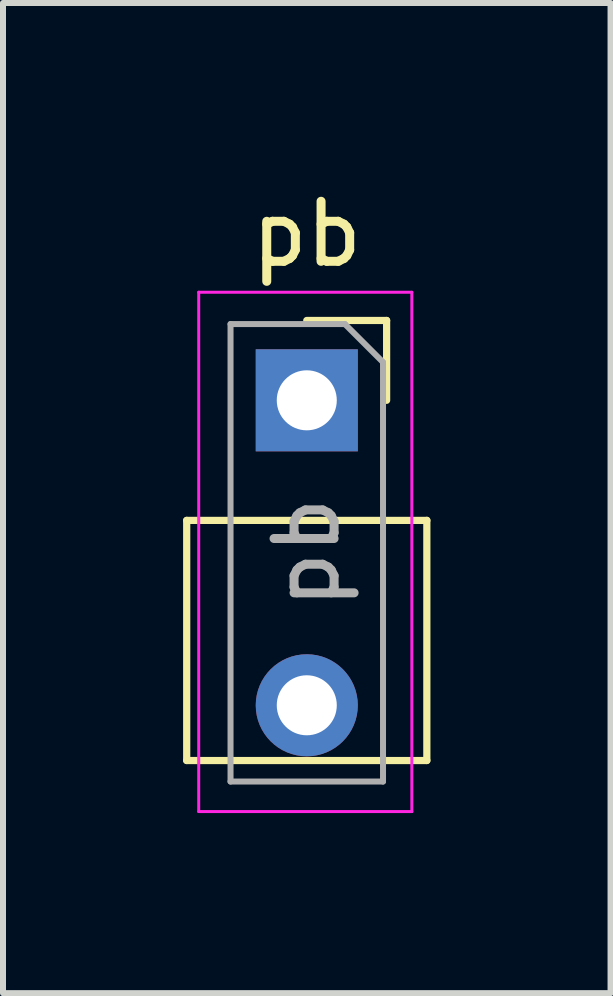
<source format=kicad_pcb>
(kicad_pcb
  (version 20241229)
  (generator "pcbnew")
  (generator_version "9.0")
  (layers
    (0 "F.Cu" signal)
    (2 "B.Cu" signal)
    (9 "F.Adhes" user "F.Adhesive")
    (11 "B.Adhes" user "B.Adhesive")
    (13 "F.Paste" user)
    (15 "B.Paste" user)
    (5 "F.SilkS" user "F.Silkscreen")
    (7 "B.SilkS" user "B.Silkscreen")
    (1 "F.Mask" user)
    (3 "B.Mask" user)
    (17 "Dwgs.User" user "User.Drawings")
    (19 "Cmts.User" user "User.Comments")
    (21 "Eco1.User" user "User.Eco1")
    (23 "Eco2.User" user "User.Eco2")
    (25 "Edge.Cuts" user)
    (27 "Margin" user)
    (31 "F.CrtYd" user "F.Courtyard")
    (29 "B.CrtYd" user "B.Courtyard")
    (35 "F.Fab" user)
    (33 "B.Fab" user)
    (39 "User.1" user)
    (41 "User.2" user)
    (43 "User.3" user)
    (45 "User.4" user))
  (footprint "pb"
    (layer "F.Cu")
    (at 2.06 3.618)
    (property "Reference" "pb" (at 0 -2.77 0) (layer "F.SilkS") (effects (font (size 1 1) (thickness 0.15))))
    (attr through_hole)
    (fp_line (start -2 2) (end -2 6) (stroke (width 0.12) (type solid)) (layer "F.SilkS"))
    (fp_line (start -2 2) (end 2 2) (stroke (width 0.12) (type solid)) (layer "F.SilkS"))
    (fp_line (start -2 6) (end 2 6) (stroke (width 0.12) (type solid)) (layer "F.SilkS"))
    (fp_line (start 0 -1.33) (end 1.33 -1.33) (stroke (width 0.12) (type solid)) (layer "F.SilkS"))
    (fp_line (start 1.33 -1.33) (end 1.33 0) (stroke (width 0.12) (type solid)) (layer "F.SilkS"))
    (fp_line (start 2 2) (end 2 6) (stroke (width 0.12) (type solid)) (layer "F.SilkS"))
    (fp_line (start -1.8 -1.8) (end 1.75 -1.8) (stroke (width 0.05) (type solid)) (layer "F.CrtYd"))
    (fp_line (start -1.8 6.85) (end -1.8 -1.8) (stroke (width 0.05) (type solid)) (layer "F.CrtYd"))
    (fp_line (start 1.75 -1.8) (end 1.75 6.85) (stroke (width 0.05) (type solid)) (layer "F.CrtYd"))
    (fp_line (start 1.75 6.85) (end -1.8 6.85) (stroke (width 0.05) (type solid)) (layer "F.CrtYd"))
    (fp_line (start -1.27 -1.27) (end 0.635 -1.27) (stroke (width 0.1) (type solid)) (layer "F.Fab"))
    (fp_line (start -1.27 6.35) (end -1.27 -1.27) (stroke (width 0.1) (type solid)) (layer "F.Fab"))
    (fp_line (start 0.635 -1.27) (end 1.27 -0.635) (stroke (width 0.1) (type solid)) (layer "F.Fab"))
    (fp_line (start 1.27 -0.635) (end 1.27 6.35) (stroke (width 0.1) (type solid)) (layer "F.Fab"))
    (fp_line (start 1.27 6.35) (end -1.27 6.35) (stroke (width 0.1) (type solid)) (layer "F.Fab"))
    (fp_text user "${REFERENCE}" (at 0 2.54 90) (layer "F.Fab") (effects (font (size 1 1) (thickness 0.15))))
    (pad "1" thru_hole rect (at 0 0) (size 1.7 1.7) (drill 1) (layers "*.Cu" "*.Mask"))
    (pad "2" thru_hole oval (at 0 5.08) (size 1.7 1.7) (drill 1) (layers "*.Cu" "*.Mask")))
  (gr_rect
    (start -3 -3)
    (end 7.12 13.493)
    (stroke (width 0.1) (type default))
    (fill no)
    (layer "Edge.Cuts")))
</source>
